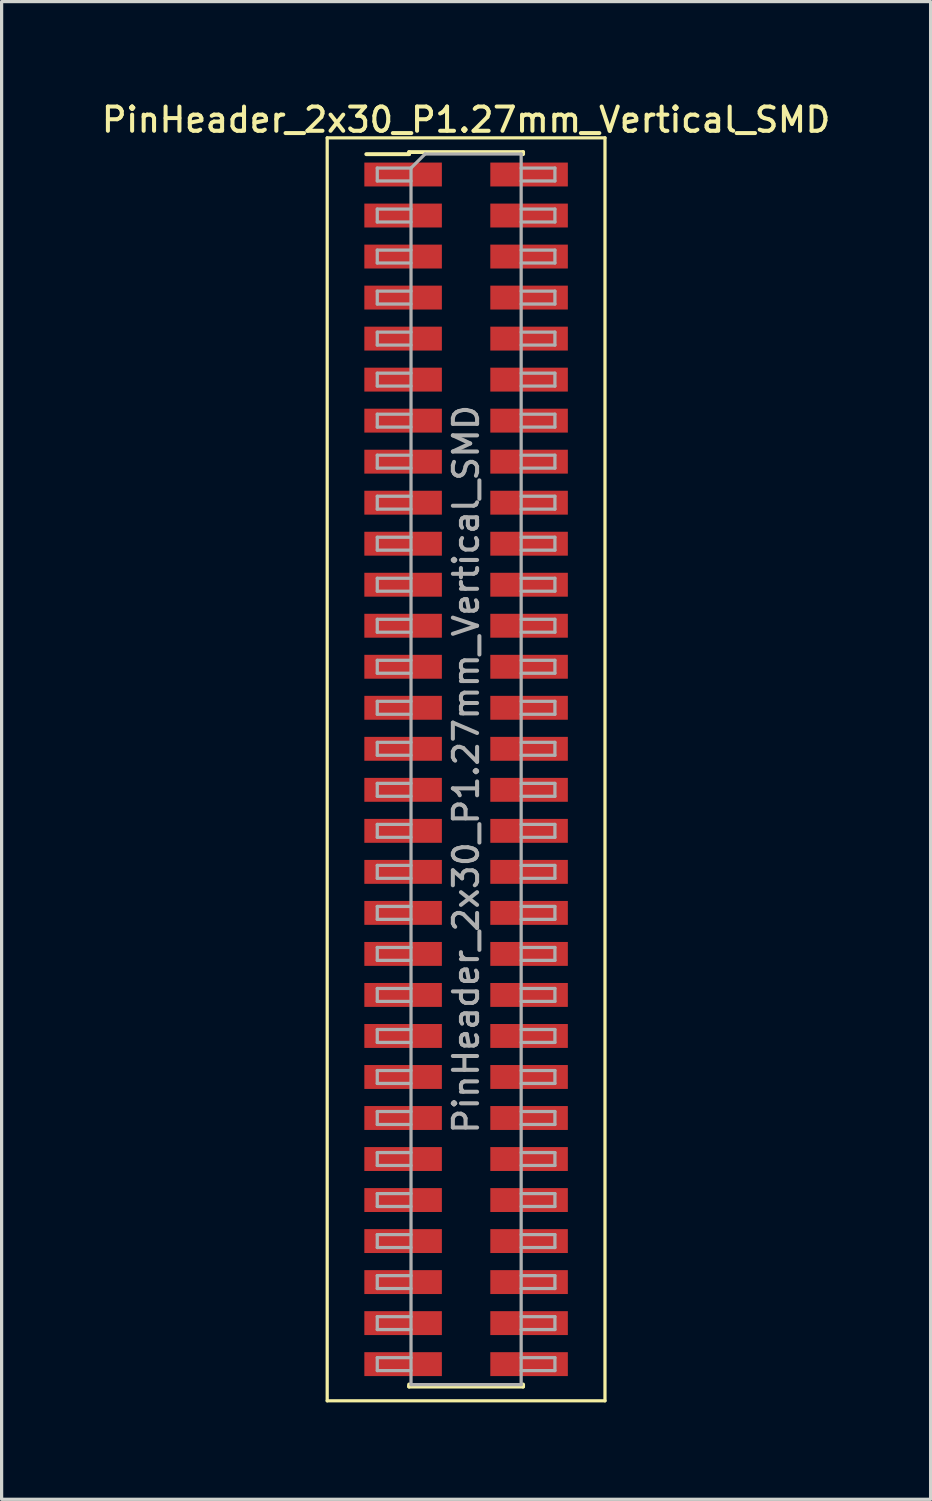
<source format=kicad_pcb>
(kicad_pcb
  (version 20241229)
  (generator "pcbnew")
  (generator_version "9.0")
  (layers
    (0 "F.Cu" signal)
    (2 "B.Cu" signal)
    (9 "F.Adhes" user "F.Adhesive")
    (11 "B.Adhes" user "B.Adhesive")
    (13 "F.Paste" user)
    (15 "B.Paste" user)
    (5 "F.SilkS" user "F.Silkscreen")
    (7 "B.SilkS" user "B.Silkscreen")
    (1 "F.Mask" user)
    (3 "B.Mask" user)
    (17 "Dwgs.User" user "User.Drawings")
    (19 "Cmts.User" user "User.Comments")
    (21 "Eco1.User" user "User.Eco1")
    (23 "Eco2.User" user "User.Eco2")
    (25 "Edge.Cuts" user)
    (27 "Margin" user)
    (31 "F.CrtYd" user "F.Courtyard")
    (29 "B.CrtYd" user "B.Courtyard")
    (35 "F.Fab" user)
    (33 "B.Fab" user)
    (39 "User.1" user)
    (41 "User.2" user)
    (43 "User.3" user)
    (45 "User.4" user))
  (footprint "PinHeader_2x30_P1.27mm_Vertical_SMD"
    (layer "F.Cu")
    (at 11.38 20.768)
    (property "Reference" "PinHeader_2x30_P1.27mm_Vertical_SMD" (at 0 -20.11 0) (layer "F.SilkS") (effects (font (size 0.75 0.75) (thickness 0.125))))
    (attr smd)
    (fp_line (start -4.3 -19.55) (end -4.3 19.55) (stroke (width 0.1) (type solid)) (layer "F.SilkS"))
    (fp_line (start -4.3 19.55) (end 4.3 19.55) (stroke (width 0.1) (type solid)) (layer "F.SilkS"))
    (fp_line (start -3.09 -19.045) (end -1.765 -19.045) (stroke (width 0.12) (type solid)) (layer "F.SilkS"))
    (fp_line (start -1.765 -19.11) (end -1.765 -19.045) (stroke (width 0.12) (type solid)) (layer "F.SilkS"))
    (fp_line (start -1.765 -19.11) (end 1.765 -19.11) (stroke (width 0.12) (type solid)) (layer "F.SilkS"))
    (fp_line (start -1.765 19.045) (end -1.765 19.11) (stroke (width 0.12) (type solid)) (layer "F.SilkS"))
    (fp_line (start -1.765 19.11) (end 1.765 19.11) (stroke (width 0.12) (type solid)) (layer "F.SilkS"))
    (fp_line (start 1.765 -19.11) (end 1.765 -19.045) (stroke (width 0.12) (type solid)) (layer "F.SilkS"))
    (fp_line (start 1.765 19.045) (end 1.765 19.11) (stroke (width 0.12) (type solid)) (layer "F.SilkS"))
    (fp_line (start 4.3 -19.55) (end -4.3 -19.55) (stroke (width 0.1) (type solid)) (layer "F.SilkS"))
    (fp_line (start 4.3 19.55) (end 4.3 -19.55) (stroke (width 0.1) (type solid)) (layer "F.SilkS"))
    (fp_line (start -2.75 -18.615) (end -2.75 -18.215) (stroke (width 0.1) (type solid)) (layer "F.Fab"))
    (fp_line (start -2.75 -18.215) (end -1.705 -18.215) (stroke (width 0.1) (type solid)) (layer "F.Fab"))
    (fp_line (start -2.75 -17.345) (end -2.75 -16.945) (stroke (width 0.1) (type solid)) (layer "F.Fab"))
    (fp_line (start -2.75 -16.945) (end -1.705 -16.945) (stroke (width 0.1) (type solid)) (layer "F.Fab"))
    (fp_line (start -2.75 -16.075) (end -2.75 -15.675) (stroke (width 0.1) (type solid)) (layer "F.Fab"))
    (fp_line (start -2.75 -15.675) (end -1.705 -15.675) (stroke (width 0.1) (type solid)) (layer "F.Fab"))
    (fp_line (start -2.75 -14.805) (end -2.75 -14.405) (stroke (width 0.1) (type solid)) (layer "F.Fab"))
    (fp_line (start -2.75 -14.405) (end -1.705 -14.405) (stroke (width 0.1) (type solid)) (layer "F.Fab"))
    (fp_line (start -2.75 -13.535) (end -2.75 -13.135) (stroke (width 0.1) (type solid)) (layer "F.Fab"))
    (fp_line (start -2.75 -13.135) (end -1.705 -13.135) (stroke (width 0.1) (type solid)) (layer "F.Fab"))
    (fp_line (start -2.75 -12.265) (end -2.75 -11.865) (stroke (width 0.1) (type solid)) (layer "F.Fab"))
    (fp_line (start -2.75 -11.865) (end -1.705 -11.865) (stroke (width 0.1) (type solid)) (layer "F.Fab"))
    (fp_line (start -2.75 -10.995) (end -2.75 -10.595) (stroke (width 0.1) (type solid)) (layer "F.Fab"))
    (fp_line (start -2.75 -10.595) (end -1.705 -10.595) (stroke (width 0.1) (type solid)) (layer "F.Fab"))
    (fp_line (start -2.75 -9.725) (end -2.75 -9.325) (stroke (width 0.1) (type solid)) (layer "F.Fab"))
    (fp_line (start -2.75 -9.325) (end -1.705 -9.325) (stroke (width 0.1) (type solid)) (layer "F.Fab"))
    (fp_line (start -2.75 -8.455) (end -2.75 -8.055) (stroke (width 0.1) (type solid)) (layer "F.Fab"))
    (fp_line (start -2.75 -8.055) (end -1.705 -8.055) (stroke (width 0.1) (type solid)) (layer "F.Fab"))
    (fp_line (start -2.75 -7.185) (end -2.75 -6.785) (stroke (width 0.1) (type solid)) (layer "F.Fab"))
    (fp_line (start -2.75 -6.785) (end -1.705 -6.785) (stroke (width 0.1) (type solid)) (layer "F.Fab"))
    (fp_line (start -2.75 -5.915) (end -2.75 -5.515) (stroke (width 0.1) (type solid)) (layer "F.Fab"))
    (fp_line (start -2.75 -5.515) (end -1.705 -5.515) (stroke (width 0.1) (type solid)) (layer "F.Fab"))
    (fp_line (start -2.75 -4.645) (end -2.75 -4.245) (stroke (width 0.1) (type solid)) (layer "F.Fab"))
    (fp_line (start -2.75 -4.245) (end -1.705 -4.245) (stroke (width 0.1) (type solid)) (layer "F.Fab"))
    (fp_line (start -2.75 -3.375) (end -2.75 -2.975) (stroke (width 0.1) (type solid)) (layer "F.Fab"))
    (fp_line (start -2.75 -2.975) (end -1.705 -2.975) (stroke (width 0.1) (type solid)) (layer "F.Fab"))
    (fp_line (start -2.75 -2.105) (end -2.75 -1.705) (stroke (width 0.1) (type solid)) (layer "F.Fab"))
    (fp_line (start -2.75 -1.705) (end -1.705 -1.705) (stroke (width 0.1) (type solid)) (layer "F.Fab"))
    (fp_line (start -2.75 -0.835) (end -2.75 -0.435) (stroke (width 0.1) (type solid)) (layer "F.Fab"))
    (fp_line (start -2.75 -0.435) (end -1.705 -0.435) (stroke (width 0.1) (type solid)) (layer "F.Fab"))
    (fp_line (start -2.75 0.435) (end -2.75 0.835) (stroke (width 0.1) (type solid)) (layer "F.Fab"))
    (fp_line (start -2.75 0.835) (end -1.705 0.835) (stroke (width 0.1) (type solid)) (layer "F.Fab"))
    (fp_line (start -2.75 1.705) (end -2.75 2.105) (stroke (width 0.1) (type solid)) (layer "F.Fab"))
    (fp_line (start -2.75 2.105) (end -1.705 2.105) (stroke (width 0.1) (type solid)) (layer "F.Fab"))
    (fp_line (start -2.75 2.975) (end -2.75 3.375) (stroke (width 0.1) (type solid)) (layer "F.Fab"))
    (fp_line (start -2.75 3.375) (end -1.705 3.375) (stroke (width 0.1) (type solid)) (layer "F.Fab"))
    (fp_line (start -2.75 4.245) (end -2.75 4.645) (stroke (width 0.1) (type solid)) (layer "F.Fab"))
    (fp_line (start -2.75 4.645) (end -1.705 4.645) (stroke (width 0.1) (type solid)) (layer "F.Fab"))
    (fp_line (start -2.75 5.515) (end -2.75 5.915) (stroke (width 0.1) (type solid)) (layer "F.Fab"))
    (fp_line (start -2.75 5.915) (end -1.705 5.915) (stroke (width 0.1) (type solid)) (layer "F.Fab"))
    (fp_line (start -2.75 6.785) (end -2.75 7.185) (stroke (width 0.1) (type solid)) (layer "F.Fab"))
    (fp_line (start -2.75 7.185) (end -1.705 7.185) (stroke (width 0.1) (type solid)) (layer "F.Fab"))
    (fp_line (start -2.75 8.055) (end -2.75 8.455) (stroke (width 0.1) (type solid)) (layer "F.Fab"))
    (fp_line (start -2.75 8.455) (end -1.705 8.455) (stroke (width 0.1) (type solid)) (layer "F.Fab"))
    (fp_line (start -2.75 9.325) (end -2.75 9.725) (stroke (width 0.1) (type solid)) (layer "F.Fab"))
    (fp_line (start -2.75 9.725) (end -1.705 9.725) (stroke (width 0.1) (type solid)) (layer "F.Fab"))
    (fp_line (start -2.75 10.595) (end -2.75 10.995) (stroke (width 0.1) (type solid)) (layer "F.Fab"))
    (fp_line (start -2.75 10.995) (end -1.705 10.995) (stroke (width 0.1) (type solid)) (layer "F.Fab"))
    (fp_line (start -2.75 11.865) (end -2.75 12.265) (stroke (width 0.1) (type solid)) (layer "F.Fab"))
    (fp_line (start -2.75 12.265) (end -1.705 12.265) (stroke (width 0.1) (type solid)) (layer "F.Fab"))
    (fp_line (start -2.75 13.135) (end -2.75 13.535) (stroke (width 0.1) (type solid)) (layer "F.Fab"))
    (fp_line (start -2.75 13.535) (end -1.705 13.535) (stroke (width 0.1) (type solid)) (layer "F.Fab"))
    (fp_line (start -2.75 14.405) (end -2.75 14.805) (stroke (width 0.1) (type solid)) (layer "F.Fab"))
    (fp_line (start -2.75 14.805) (end -1.705 14.805) (stroke (width 0.1) (type solid)) (layer "F.Fab"))
    (fp_line (start -2.75 15.675) (end -2.75 16.075) (stroke (width 0.1) (type solid)) (layer "F.Fab"))
    (fp_line (start -2.75 16.075) (end -1.705 16.075) (stroke (width 0.1) (type solid)) (layer "F.Fab"))
    (fp_line (start -2.75 16.945) (end -2.75 17.345) (stroke (width 0.1) (type solid)) (layer "F.Fab"))
    (fp_line (start -2.75 17.345) (end -1.705 17.345) (stroke (width 0.1) (type solid)) (layer "F.Fab"))
    (fp_line (start -2.75 18.215) (end -2.75 18.615) (stroke (width 0.1) (type solid)) (layer "F.Fab"))
    (fp_line (start -2.75 18.615) (end -1.705 18.615) (stroke (width 0.1) (type solid)) (layer "F.Fab"))
    (fp_line (start -1.705 -18.615) (end -2.75 -18.615) (stroke (width 0.1) (type solid)) (layer "F.Fab"))
    (fp_line (start -1.705 -18.615) (end -1.27 -19.05) (stroke (width 0.1) (type solid)) (layer "F.Fab"))
    (fp_line (start -1.705 -17.345) (end -2.75 -17.345) (stroke (width 0.1) (type solid)) (layer "F.Fab"))
    (fp_line (start -1.705 -16.075) (end -2.75 -16.075) (stroke (width 0.1) (type solid)) (layer "F.Fab"))
    (fp_line (start -1.705 -14.805) (end -2.75 -14.805) (stroke (width 0.1) (type solid)) (layer "F.Fab"))
    (fp_line (start -1.705 -13.535) (end -2.75 -13.535) (stroke (width 0.1) (type solid)) (layer "F.Fab"))
    (fp_line (start -1.705 -12.265) (end -2.75 -12.265) (stroke (width 0.1) (type solid)) (layer "F.Fab"))
    (fp_line (start -1.705 -10.995) (end -2.75 -10.995) (stroke (width 0.1) (type solid)) (layer "F.Fab"))
    (fp_line (start -1.705 -9.725) (end -2.75 -9.725) (stroke (width 0.1) (type solid)) (layer "F.Fab"))
    (fp_line (start -1.705 -8.455) (end -2.75 -8.455) (stroke (width 0.1) (type solid)) (layer "F.Fab"))
    (fp_line (start -1.705 -7.185) (end -2.75 -7.185) (stroke (width 0.1) (type solid)) (layer "F.Fab"))
    (fp_line (start -1.705 -5.915) (end -2.75 -5.915) (stroke (width 0.1) (type solid)) (layer "F.Fab"))
    (fp_line (start -1.705 -4.645) (end -2.75 -4.645) (stroke (width 0.1) (type solid)) (layer "F.Fab"))
    (fp_line (start -1.705 -3.375) (end -2.75 -3.375) (stroke (width 0.1) (type solid)) (layer "F.Fab"))
    (fp_line (start -1.705 -2.105) (end -2.75 -2.105) (stroke (width 0.1) (type solid)) (layer "F.Fab"))
    (fp_line (start -1.705 -0.835) (end -2.75 -0.835) (stroke (width 0.1) (type solid)) (layer "F.Fab"))
    (fp_line (start -1.705 0.435) (end -2.75 0.435) (stroke (width 0.1) (type solid)) (layer "F.Fab"))
    (fp_line (start -1.705 1.705) (end -2.75 1.705) (stroke (width 0.1) (type solid)) (layer "F.Fab"))
    (fp_line (start -1.705 2.975) (end -2.75 2.975) (stroke (width 0.1) (type solid)) (layer "F.Fab"))
    (fp_line (start -1.705 4.245) (end -2.75 4.245) (stroke (width 0.1) (type solid)) (layer "F.Fab"))
    (fp_line (start -1.705 5.515) (end -2.75 5.515) (stroke (width 0.1) (type solid)) (layer "F.Fab"))
    (fp_line (start -1.705 6.785) (end -2.75 6.785) (stroke (width 0.1) (type solid)) (layer "F.Fab"))
    (fp_line (start -1.705 8.055) (end -2.75 8.055) (stroke (width 0.1) (type solid)) (layer "F.Fab"))
    (fp_line (start -1.705 9.325) (end -2.75 9.325) (stroke (width 0.1) (type solid)) (layer "F.Fab"))
    (fp_line (start -1.705 10.595) (end -2.75 10.595) (stroke (width 0.1) (type solid)) (layer "F.Fab"))
    (fp_line (start -1.705 11.865) (end -2.75 11.865) (stroke (width 0.1) (type solid)) (layer "F.Fab"))
    (fp_line (start -1.705 13.135) (end -2.75 13.135) (stroke (width 0.1) (type solid)) (layer "F.Fab"))
    (fp_line (start -1.705 14.405) (end -2.75 14.405) (stroke (width 0.1) (type solid)) (layer "F.Fab"))
    (fp_line (start -1.705 15.675) (end -2.75 15.675) (stroke (width 0.1) (type solid)) (layer "F.Fab"))
    (fp_line (start -1.705 16.945) (end -2.75 16.945) (stroke (width 0.1) (type solid)) (layer "F.Fab"))
    (fp_line (start -1.705 18.215) (end -2.75 18.215) (stroke (width 0.1) (type solid)) (layer "F.Fab"))
    (fp_line (start -1.705 19.05) (end -1.705 -18.615) (stroke (width 0.1) (type solid)) (layer "F.Fab"))
    (fp_line (start -1.27 -19.05) (end 1.705 -19.05) (stroke (width 0.1) (type solid)) (layer "F.Fab"))
    (fp_line (start 1.705 -19.05) (end 1.705 19.05) (stroke (width 0.1) (type solid)) (layer "F.Fab"))
    (fp_line (start 1.705 -18.615) (end 2.75 -18.615) (stroke (width 0.1) (type solid)) (layer "F.Fab"))
    (fp_line (start 1.705 -17.345) (end 2.75 -17.345) (stroke (width 0.1) (type solid)) (layer "F.Fab"))
    (fp_line (start 1.705 -16.075) (end 2.75 -16.075) (stroke (width 0.1) (type solid)) (layer "F.Fab"))
    (fp_line (start 1.705 -14.805) (end 2.75 -14.805) (stroke (width 0.1) (type solid)) (layer "F.Fab"))
    (fp_line (start 1.705 -13.535) (end 2.75 -13.535) (stroke (width 0.1) (type solid)) (layer "F.Fab"))
    (fp_line (start 1.705 -12.265) (end 2.75 -12.265) (stroke (width 0.1) (type solid)) (layer "F.Fab"))
    (fp_line (start 1.705 -10.995) (end 2.75 -10.995) (stroke (width 0.1) (type solid)) (layer "F.Fab"))
    (fp_line (start 1.705 -9.725) (end 2.75 -9.725) (stroke (width 0.1) (type solid)) (layer "F.Fab"))
    (fp_line (start 1.705 -8.455) (end 2.75 -8.455) (stroke (width 0.1) (type solid)) (layer "F.Fab"))
    (fp_line (start 1.705 -7.185) (end 2.75 -7.185) (stroke (width 0.1) (type solid)) (layer "F.Fab"))
    (fp_line (start 1.705 -5.915) (end 2.75 -5.915) (stroke (width 0.1) (type solid)) (layer "F.Fab"))
    (fp_line (start 1.705 -4.645) (end 2.75 -4.645) (stroke (width 0.1) (type solid)) (layer "F.Fab"))
    (fp_line (start 1.705 -3.375) (end 2.75 -3.375) (stroke (width 0.1) (type solid)) (layer "F.Fab"))
    (fp_line (start 1.705 -2.105) (end 2.75 -2.105) (stroke (width 0.1) (type solid)) (layer "F.Fab"))
    (fp_line (start 1.705 -0.835) (end 2.75 -0.835) (stroke (width 0.1) (type solid)) (layer "F.Fab"))
    (fp_line (start 1.705 0.435) (end 2.75 0.435) (stroke (width 0.1) (type solid)) (layer "F.Fab"))
    (fp_line (start 1.705 1.705) (end 2.75 1.705) (stroke (width 0.1) (type solid)) (layer "F.Fab"))
    (fp_line (start 1.705 2.975) (end 2.75 2.975) (stroke (width 0.1) (type solid)) (layer "F.Fab"))
    (fp_line (start 1.705 4.245) (end 2.75 4.245) (stroke (width 0.1) (type solid)) (layer "F.Fab"))
    (fp_line (start 1.705 5.515) (end 2.75 5.515) (stroke (width 0.1) (type solid)) (layer "F.Fab"))
    (fp_line (start 1.705 6.785) (end 2.75 6.785) (stroke (width 0.1) (type solid)) (layer "F.Fab"))
    (fp_line (start 1.705 8.055) (end 2.75 8.055) (stroke (width 0.1) (type solid)) (layer "F.Fab"))
    (fp_line (start 1.705 9.325) (end 2.75 9.325) (stroke (width 0.1) (type solid)) (layer "F.Fab"))
    (fp_line (start 1.705 10.595) (end 2.75 10.595) (stroke (width 0.1) (type solid)) (layer "F.Fab"))
    (fp_line (start 1.705 11.865) (end 2.75 11.865) (stroke (width 0.1) (type solid)) (layer "F.Fab"))
    (fp_line (start 1.705 13.135) (end 2.75 13.135) (stroke (width 0.1) (type solid)) (layer "F.Fab"))
    (fp_line (start 1.705 14.405) (end 2.75 14.405) (stroke (width 0.1) (type solid)) (layer "F.Fab"))
    (fp_line (start 1.705 15.675) (end 2.75 15.675) (stroke (width 0.1) (type solid)) (layer "F.Fab"))
    (fp_line (start 1.705 16.945) (end 2.75 16.945) (stroke (width 0.1) (type solid)) (layer "F.Fab"))
    (fp_line (start 1.705 18.215) (end 2.75 18.215) (stroke (width 0.1) (type solid)) (layer "F.Fab"))
    (fp_line (start 1.705 19.05) (end -1.705 19.05) (stroke (width 0.1) (type solid)) (layer "F.Fab"))
    (fp_line (start 2.75 -18.615) (end 2.75 -18.215) (stroke (width 0.1) (type solid)) (layer "F.Fab"))
    (fp_line (start 2.75 -18.215) (end 1.705 -18.215) (stroke (width 0.1) (type solid)) (layer "F.Fab"))
    (fp_line (start 2.75 -17.345) (end 2.75 -16.945) (stroke (width 0.1) (type solid)) (layer "F.Fab"))
    (fp_line (start 2.75 -16.945) (end 1.705 -16.945) (stroke (width 0.1) (type solid)) (layer "F.Fab"))
    (fp_line (start 2.75 -16.075) (end 2.75 -15.675) (stroke (width 0.1) (type solid)) (layer "F.Fab"))
    (fp_line (start 2.75 -15.675) (end 1.705 -15.675) (stroke (width 0.1) (type solid)) (layer "F.Fab"))
    (fp_line (start 2.75 -14.805) (end 2.75 -14.405) (stroke (width 0.1) (type solid)) (layer "F.Fab"))
    (fp_line (start 2.75 -14.405) (end 1.705 -14.405) (stroke (width 0.1) (type solid)) (layer "F.Fab"))
    (fp_line (start 2.75 -13.535) (end 2.75 -13.135) (stroke (width 0.1) (type solid)) (layer "F.Fab"))
    (fp_line (start 2.75 -13.135) (end 1.705 -13.135) (stroke (width 0.1) (type solid)) (layer "F.Fab"))
    (fp_line (start 2.75 -12.265) (end 2.75 -11.865) (stroke (width 0.1) (type solid)) (layer "F.Fab"))
    (fp_line (start 2.75 -11.865) (end 1.705 -11.865) (stroke (width 0.1) (type solid)) (layer "F.Fab"))
    (fp_line (start 2.75 -10.995) (end 2.75 -10.595) (stroke (width 0.1) (type solid)) (layer "F.Fab"))
    (fp_line (start 2.75 -10.595) (end 1.705 -10.595) (stroke (width 0.1) (type solid)) (layer "F.Fab"))
    (fp_line (start 2.75 -9.725) (end 2.75 -9.325) (stroke (width 0.1) (type solid)) (layer "F.Fab"))
    (fp_line (start 2.75 -9.325) (end 1.705 -9.325) (stroke (width 0.1) (type solid)) (layer "F.Fab"))
    (fp_line (start 2.75 -8.455) (end 2.75 -8.055) (stroke (width 0.1) (type solid)) (layer "F.Fab"))
    (fp_line (start 2.75 -8.055) (end 1.705 -8.055) (stroke (width 0.1) (type solid)) (layer "F.Fab"))
    (fp_line (start 2.75 -7.185) (end 2.75 -6.785) (stroke (width 0.1) (type solid)) (layer "F.Fab"))
    (fp_line (start 2.75 -6.785) (end 1.705 -6.785) (stroke (width 0.1) (type solid)) (layer "F.Fab"))
    (fp_line (start 2.75 -5.915) (end 2.75 -5.515) (stroke (width 0.1) (type solid)) (layer "F.Fab"))
    (fp_line (start 2.75 -5.515) (end 1.705 -5.515) (stroke (width 0.1) (type solid)) (layer "F.Fab"))
    (fp_line (start 2.75 -4.645) (end 2.75 -4.245) (stroke (width 0.1) (type solid)) (layer "F.Fab"))
    (fp_line (start 2.75 -4.245) (end 1.705 -4.245) (stroke (width 0.1) (type solid)) (layer "F.Fab"))
    (fp_line (start 2.75 -3.375) (end 2.75 -2.975) (stroke (width 0.1) (type solid)) (layer "F.Fab"))
    (fp_line (start 2.75 -2.975) (end 1.705 -2.975) (stroke (width 0.1) (type solid)) (layer "F.Fab"))
    (fp_line (start 2.75 -2.105) (end 2.75 -1.705) (stroke (width 0.1) (type solid)) (layer "F.Fab"))
    (fp_line (start 2.75 -1.705) (end 1.705 -1.705) (stroke (width 0.1) (type solid)) (layer "F.Fab"))
    (fp_line (start 2.75 -0.835) (end 2.75 -0.435) (stroke (width 0.1) (type solid)) (layer "F.Fab"))
    (fp_line (start 2.75 -0.435) (end 1.705 -0.435) (stroke (width 0.1) (type solid)) (layer "F.Fab"))
    (fp_line (start 2.75 0.435) (end 2.75 0.835) (stroke (width 0.1) (type solid)) (layer "F.Fab"))
    (fp_line (start 2.75 0.835) (end 1.705 0.835) (stroke (width 0.1) (type solid)) (layer "F.Fab"))
    (fp_line (start 2.75 1.705) (end 2.75 2.105) (stroke (width 0.1) (type solid)) (layer "F.Fab"))
    (fp_line (start 2.75 2.105) (end 1.705 2.105) (stroke (width 0.1) (type solid)) (layer "F.Fab"))
    (fp_line (start 2.75 2.975) (end 2.75 3.375) (stroke (width 0.1) (type solid)) (layer "F.Fab"))
    (fp_line (start 2.75 3.375) (end 1.705 3.375) (stroke (width 0.1) (type solid)) (layer "F.Fab"))
    (fp_line (start 2.75 4.245) (end 2.75 4.645) (stroke (width 0.1) (type solid)) (layer "F.Fab"))
    (fp_line (start 2.75 4.645) (end 1.705 4.645) (stroke (width 0.1) (type solid)) (layer "F.Fab"))
    (fp_line (start 2.75 5.515) (end 2.75 5.915) (stroke (width 0.1) (type solid)) (layer "F.Fab"))
    (fp_line (start 2.75 5.915) (end 1.705 5.915) (stroke (width 0.1) (type solid)) (layer "F.Fab"))
    (fp_line (start 2.75 6.785) (end 2.75 7.185) (stroke (width 0.1) (type solid)) (layer "F.Fab"))
    (fp_line (start 2.75 7.185) (end 1.705 7.185) (stroke (width 0.1) (type solid)) (layer "F.Fab"))
    (fp_line (start 2.75 8.055) (end 2.75 8.455) (stroke (width 0.1) (type solid)) (layer "F.Fab"))
    (fp_line (start 2.75 8.455) (end 1.705 8.455) (stroke (width 0.1) (type solid)) (layer "F.Fab"))
    (fp_line (start 2.75 9.325) (end 2.75 9.725) (stroke (width 0.1) (type solid)) (layer "F.Fab"))
    (fp_line (start 2.75 9.725) (end 1.705 9.725) (stroke (width 0.1) (type solid)) (layer "F.Fab"))
    (fp_line (start 2.75 10.595) (end 2.75 10.995) (stroke (width 0.1) (type solid)) (layer "F.Fab"))
    (fp_line (start 2.75 10.995) (end 1.705 10.995) (stroke (width 0.1) (type solid)) (layer "F.Fab"))
    (fp_line (start 2.75 11.865) (end 2.75 12.265) (stroke (width 0.1) (type solid)) (layer "F.Fab"))
    (fp_line (start 2.75 12.265) (end 1.705 12.265) (stroke (width 0.1) (type solid)) (layer "F.Fab"))
    (fp_line (start 2.75 13.135) (end 2.75 13.535) (stroke (width 0.1) (type solid)) (layer "F.Fab"))
    (fp_line (start 2.75 13.535) (end 1.705 13.535) (stroke (width 0.1) (type solid)) (layer "F.Fab"))
    (fp_line (start 2.75 14.405) (end 2.75 14.805) (stroke (width 0.1) (type solid)) (layer "F.Fab"))
    (fp_line (start 2.75 14.805) (end 1.705 14.805) (stroke (width 0.1) (type solid)) (layer "F.Fab"))
    (fp_line (start 2.75 15.675) (end 2.75 16.075) (stroke (width 0.1) (type solid)) (layer "F.Fab"))
    (fp_line (start 2.75 16.075) (end 1.705 16.075) (stroke (width 0.1) (type solid)) (layer "F.Fab"))
    (fp_line (start 2.75 16.945) (end 2.75 17.345) (stroke (width 0.1) (type solid)) (layer "F.Fab"))
    (fp_line (start 2.75 17.345) (end 1.705 17.345) (stroke (width 0.1) (type solid)) (layer "F.Fab"))
    (fp_line (start 2.75 18.215) (end 2.75 18.615) (stroke (width 0.1) (type solid)) (layer "F.Fab"))
    (fp_line (start 2.75 18.615) (end 1.705 18.615) (stroke (width 0.1) (type solid)) (layer "F.Fab"))
    (fp_text user "${REFERENCE}" (at 0 0 90) (layer "F.Fab") (effects (font (size 0.75 0.75) (thickness 0.125))))
    (pad "1" smd rect (at -1.95 -18.415) (size 2.4 0.74) (layers "F.Cu" "F.Mask" "F.Paste"))
    (pad "2" smd rect (at 1.95 -18.415) (size 2.4 0.74) (layers "F.Cu" "F.Mask" "F.Paste"))
    (pad "3" smd rect (at -1.95 -17.145) (size 2.4 0.74) (layers "F.Cu" "F.Mask" "F.Paste"))
    (pad "4" smd rect (at 1.95 -17.145) (size 2.4 0.74) (layers "F.Cu" "F.Mask" "F.Paste"))
    (pad "5" smd rect (at -1.95 -15.875) (size 2.4 0.74) (layers "F.Cu" "F.Mask" "F.Paste"))
    (pad "6" smd rect (at 1.95 -15.875) (size 2.4 0.74) (layers "F.Cu" "F.Mask" "F.Paste"))
    (pad "7" smd rect (at -1.95 -14.605) (size 2.4 0.74) (layers "F.Cu" "F.Mask" "F.Paste"))
    (pad "8" smd rect (at 1.95 -14.605) (size 2.4 0.74) (layers "F.Cu" "F.Mask" "F.Paste"))
    (pad "9" smd rect (at -1.95 -13.335) (size 2.4 0.74) (layers "F.Cu" "F.Mask" "F.Paste"))
    (pad "10" smd rect (at 1.95 -13.335) (size 2.4 0.74) (layers "F.Cu" "F.Mask" "F.Paste"))
    (pad "11" smd rect (at -1.95 -12.065) (size 2.4 0.74) (layers "F.Cu" "F.Mask" "F.Paste"))
    (pad "12" smd rect (at 1.95 -12.065) (size 2.4 0.74) (layers "F.Cu" "F.Mask" "F.Paste"))
    (pad "13" smd rect (at -1.95 -10.795) (size 2.4 0.74) (layers "F.Cu" "F.Mask" "F.Paste"))
    (pad "14" smd rect (at 1.95 -10.795) (size 2.4 0.74) (layers "F.Cu" "F.Mask" "F.Paste"))
    (pad "15" smd rect (at -1.95 -9.525) (size 2.4 0.74) (layers "F.Cu" "F.Mask" "F.Paste"))
    (pad "16" smd rect (at 1.95 -9.525) (size 2.4 0.74) (layers "F.Cu" "F.Mask" "F.Paste"))
    (pad "17" smd rect (at -1.95 -8.255) (size 2.4 0.74) (layers "F.Cu" "F.Mask" "F.Paste"))
    (pad "18" smd rect (at 1.95 -8.255) (size 2.4 0.74) (layers "F.Cu" "F.Mask" "F.Paste"))
    (pad "19" smd rect (at -1.95 -6.985) (size 2.4 0.74) (layers "F.Cu" "F.Mask" "F.Paste"))
    (pad "20" smd rect (at 1.95 -6.985) (size 2.4 0.74) (layers "F.Cu" "F.Mask" "F.Paste"))
    (pad "21" smd rect (at -1.95 -5.715) (size 2.4 0.74) (layers "F.Cu" "F.Mask" "F.Paste"))
    (pad "22" smd rect (at 1.95 -5.715) (size 2.4 0.74) (layers "F.Cu" "F.Mask" "F.Paste"))
    (pad "23" smd rect (at -1.95 -4.445) (size 2.4 0.74) (layers "F.Cu" "F.Mask" "F.Paste"))
    (pad "24" smd rect (at 1.95 -4.445) (size 2.4 0.74) (layers "F.Cu" "F.Mask" "F.Paste"))
    (pad "25" smd rect (at -1.95 -3.175) (size 2.4 0.74) (layers "F.Cu" "F.Mask" "F.Paste"))
    (pad "26" smd rect (at 1.95 -3.175) (size 2.4 0.74) (layers "F.Cu" "F.Mask" "F.Paste"))
    (pad "27" smd rect (at -1.95 -1.905) (size 2.4 0.74) (layers "F.Cu" "F.Mask" "F.Paste"))
    (pad "28" smd rect (at 1.95 -1.905) (size 2.4 0.74) (layers "F.Cu" "F.Mask" "F.Paste"))
    (pad "29" smd rect (at -1.95 -0.635) (size 2.4 0.74) (layers "F.Cu" "F.Mask" "F.Paste"))
    (pad "30" smd rect (at 1.95 -0.635) (size 2.4 0.74) (layers "F.Cu" "F.Mask" "F.Paste"))
    (pad "31" smd rect (at -1.95 0.635) (size 2.4 0.74) (layers "F.Cu" "F.Mask" "F.Paste"))
    (pad "32" smd rect (at 1.95 0.635) (size 2.4 0.74) (layers "F.Cu" "F.Mask" "F.Paste"))
    (pad "33" smd rect (at -1.95 1.905) (size 2.4 0.74) (layers "F.Cu" "F.Mask" "F.Paste"))
    (pad "34" smd rect (at 1.95 1.905) (size 2.4 0.74) (layers "F.Cu" "F.Mask" "F.Paste"))
    (pad "35" smd rect (at -1.95 3.175) (size 2.4 0.74) (layers "F.Cu" "F.Mask" "F.Paste"))
    (pad "36" smd rect (at 1.95 3.175) (size 2.4 0.74) (layers "F.Cu" "F.Mask" "F.Paste"))
    (pad "37" smd rect (at -1.95 4.445) (size 2.4 0.74) (layers "F.Cu" "F.Mask" "F.Paste"))
    (pad "38" smd rect (at 1.95 4.445) (size 2.4 0.74) (layers "F.Cu" "F.Mask" "F.Paste"))
    (pad "39" smd rect (at -1.95 5.715) (size 2.4 0.74) (layers "F.Cu" "F.Mask" "F.Paste"))
    (pad "40" smd rect (at 1.95 5.715) (size 2.4 0.74) (layers "F.Cu" "F.Mask" "F.Paste"))
    (pad "41" smd rect (at -1.95 6.985) (size 2.4 0.74) (layers "F.Cu" "F.Mask" "F.Paste"))
    (pad "42" smd rect (at 1.95 6.985) (size 2.4 0.74) (layers "F.Cu" "F.Mask" "F.Paste"))
    (pad "43" smd rect (at -1.95 8.255) (size 2.4 0.74) (layers "F.Cu" "F.Mask" "F.Paste"))
    (pad "44" smd rect (at 1.95 8.255) (size 2.4 0.74) (layers "F.Cu" "F.Mask" "F.Paste"))
    (pad "45" smd rect (at -1.95 9.525) (size 2.4 0.74) (layers "F.Cu" "F.Mask" "F.Paste"))
    (pad "46" smd rect (at 1.95 9.525) (size 2.4 0.74) (layers "F.Cu" "F.Mask" "F.Paste"))
    (pad "47" smd rect (at -1.95 10.795) (size 2.4 0.74) (layers "F.Cu" "F.Mask" "F.Paste"))
    (pad "48" smd rect (at 1.95 10.795) (size 2.4 0.74) (layers "F.Cu" "F.Mask" "F.Paste"))
    (pad "49" smd rect (at -1.95 12.065) (size 2.4 0.74) (layers "F.Cu" "F.Mask" "F.Paste"))
    (pad "50" smd rect (at 1.95 12.065) (size 2.4 0.74) (layers "F.Cu" "F.Mask" "F.Paste"))
    (pad "51" smd rect (at -1.95 13.335) (size 2.4 0.74) (layers "F.Cu" "F.Mask" "F.Paste"))
    (pad "52" smd rect (at 1.95 13.335) (size 2.4 0.74) (layers "F.Cu" "F.Mask" "F.Paste"))
    (pad "53" smd rect (at -1.95 14.605) (size 2.4 0.74) (layers "F.Cu" "F.Mask" "F.Paste"))
    (pad "54" smd rect (at 1.95 14.605) (size 2.4 0.74) (layers "F.Cu" "F.Mask" "F.Paste"))
    (pad "55" smd rect (at -1.95 15.875) (size 2.4 0.74) (layers "F.Cu" "F.Mask" "F.Paste"))
    (pad "56" smd rect (at 1.95 15.875) (size 2.4 0.74) (layers "F.Cu" "F.Mask" "F.Paste"))
    (pad "57" smd rect (at -1.95 17.145) (size 2.4 0.74) (layers "F.Cu" "F.Mask" "F.Paste"))
    (pad "58" smd rect (at 1.95 17.145) (size 2.4 0.74) (layers "F.Cu" "F.Mask" "F.Paste"))
    (pad "59" smd rect (at -1.95 18.415) (size 2.4 0.74) (layers "F.Cu" "F.Mask" "F.Paste"))
    (pad "60" smd rect (at 1.95 18.415) (size 2.4 0.74) (layers "F.Cu" "F.Mask" "F.Paste")))
  (gr_rect
    (start -3 -3)
    (end 25.761 43.368)
    (stroke (width 0.1) (type default))
    (fill no)
    (layer "Edge.Cuts")))
</source>
